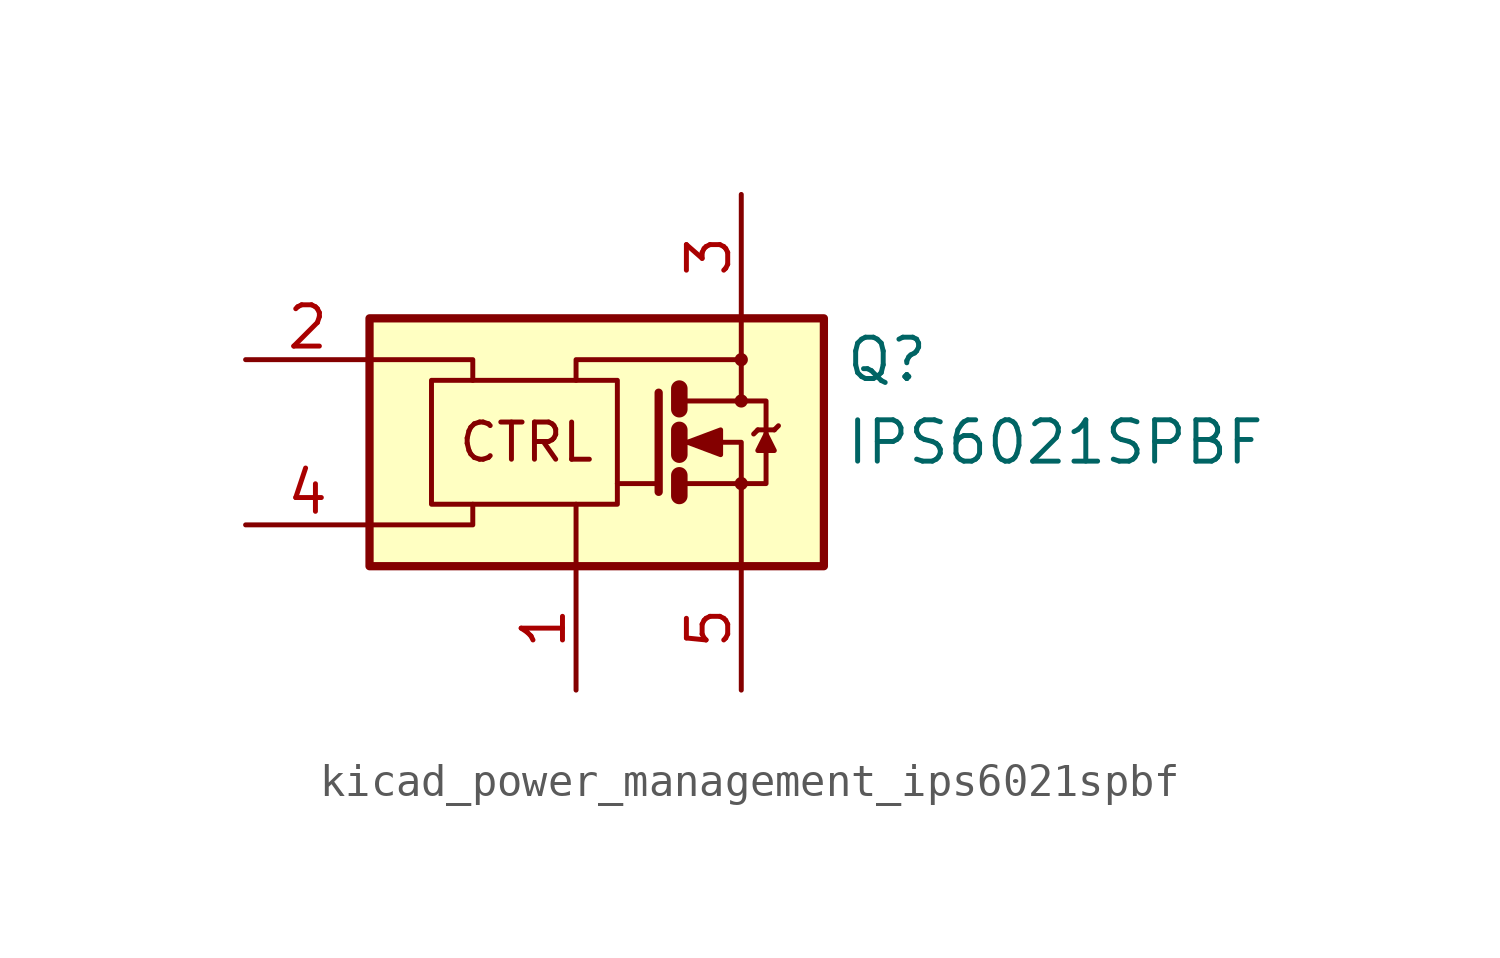
<source format=kicad_sym>
(kicad_symbol_lib
  (version 20220914)
  (generator kicad_symbol_editor)
  (symbol "kicad_power_management_ips6021spbf"
    (pin_names
      (offset 0) hide)
    (property "Reference" "Q"
      (at 8.255 2.54 0)
      (effects (font (size 1.27 1.27)) (justify left)))
    (property "Value" "IPS6021SPBF"
      (at 8.255 0 0)
      (effects (font (size 1.27 1.27)) (justify left)))
    (symbol "kicad_power_management_ips6021spbf_0_0"
      (rectangle (start -6.35 3.81) (end 7.62 -3.81) (stroke (width 0.254) (type default)) (fill (type background)))
      (polyline (pts (xy 0 -3.81) (xy 0 -1.905)) (stroke (width 0) (type default)) (fill (type none)))
      (polyline (pts (xy -6.35 -2.54) (xy -3.175 -2.54) (xy -3.175 -1.905)) (stroke (width 0) (type default)) (fill (type none)))
      (polyline (pts (xy -6.35 2.54) (xy -3.175 2.54) (xy -3.175 1.905)) (stroke (width 0) (type default)) (fill (type none)))
      (polyline (pts (xy 0 1.905) (xy 0 2.54) (xy 5.08 2.54)) (stroke (width 0) (type default)) (fill (type none)))
      (circle (center 5.08 2.54) (radius 0.127) (stroke (width 0) (type default)) (fill (type none)))
      (text "CTRL" (at -1.524 0 0) (effects (font (size 1.143 1.143)))))
    (symbol "kicad_power_management_ips6021spbf_0_1"
      (rectangle (start -4.445 1.905) (end 1.27 -1.905) (stroke (width 0) (type default)) (fill (type none)))
      (polyline (pts (xy 2.54 -1.27) (xy 1.27 -1.27)) (stroke (width 0) (type default)) (fill (type none)))
      (polyline (pts (xy 3.175 -1.016) (xy 3.175 -1.651)) (stroke (width 0.508) (type default)) (fill (type none)))
      (polyline (pts (xy 3.175 0.381) (xy 3.175 -0.381)) (stroke (width 0.508) (type default)) (fill (type none)))
      (polyline (pts (xy 3.175 1.651) (xy 3.175 1.016)) (stroke (width 0.508) (type default)) (fill (type none)))
      (polyline (pts (xy 5.588 0.381) (xy 5.461 0.254)) (stroke (width 0) (type default)) (fill (type none)))
      (polyline (pts (xy 5.588 0.381) (xy 6.096 0.381)) (stroke (width 0) (type default)) (fill (type none)))
      (polyline (pts (xy 6.096 0.381) (xy 6.223 0.508)) (stroke (width 0) (type default)) (fill (type none)))
      (polyline (pts (xy 2.54 1.524) (xy 2.54 -1.524) (xy 2.54 -1.524)) (stroke (width 0.254) (type default)) (fill (type none)))
      (polyline (pts (xy 3.302 -1.27) (xy 5.08 -1.27) (xy 5.08 -3.81)) (stroke (width 0) (type default)) (fill (type none)))
      (polyline (pts (xy 3.302 0) (xy 5.08 0) (xy 5.08 -1.27)) (stroke (width 0) (type default)) (fill (type none)))
      (polyline (pts (xy 3.302 1.27) (xy 5.08 1.27) (xy 5.08 3.81) (xy 5.08 2.54)) (stroke (width 0) (type default)) (fill (type none)))
      (polyline (pts (xy 5.08 -1.27) (xy 5.842 -1.27) (xy 5.842 1.27) (xy 5.08 1.27)) (stroke (width 0) (type default)) (fill (type none)))
      (polyline (pts (xy 5.842 0.254) (xy 5.588 -0.254) (xy 6.096 -0.254) (xy 5.842 0.254)) (stroke (width 0) (type default)) (fill (type outline)))
      (polyline (pts (xy 3.429 0) (xy 4.445 0.381) (xy 4.445 -0.381) (xy 3.429 0) (xy 3.556 0) (xy 3.556 0)) (stroke (width 0) (type default)) (fill (type outline)))
      (circle (center 5.08 -1.27) (radius 0.127) (stroke (width 0) (type default)) (fill (type none)))
      (circle (center 5.08 1.27) (radius 0.127) (stroke (width 0) (type default)) (fill (type none))))
    (symbol "kicad_power_management_ips6021spbf_1_1"
      (pin power_in line (at 0 -7.62 90) (length 3.81) (name "GND" (effects (font (size 1.27 1.27)))) (number "1" (effects (font (size 1.27 1.27)))))
      (pin input line (at -10.16 2.54 0) (length 3.81) (name "IN" (effects (font (size 1.27 1.27)))) (number "2" (effects (font (size 1.27 1.27)))))
      (pin power_in line (at 5.08 7.62 270) (length 3.81) (name "VCC" (effects (font (size 1.27 1.27)))) (number "3" (effects (font (size 1.27 1.27)))))
      (pin bidirectional line (at -10.16 -2.54 0) (length 3.81) (name "DG" (effects (font (size 1.27 1.27)))) (number "4" (effects (font (size 1.27 1.27)))))
      (pin output line (at 5.08 -7.62 90) (length 3.81) (name "OUT" (effects (font (size 1.27 1.27)))) (number "5" (effects (font (size 1.27 1.27))))))))
</source>
